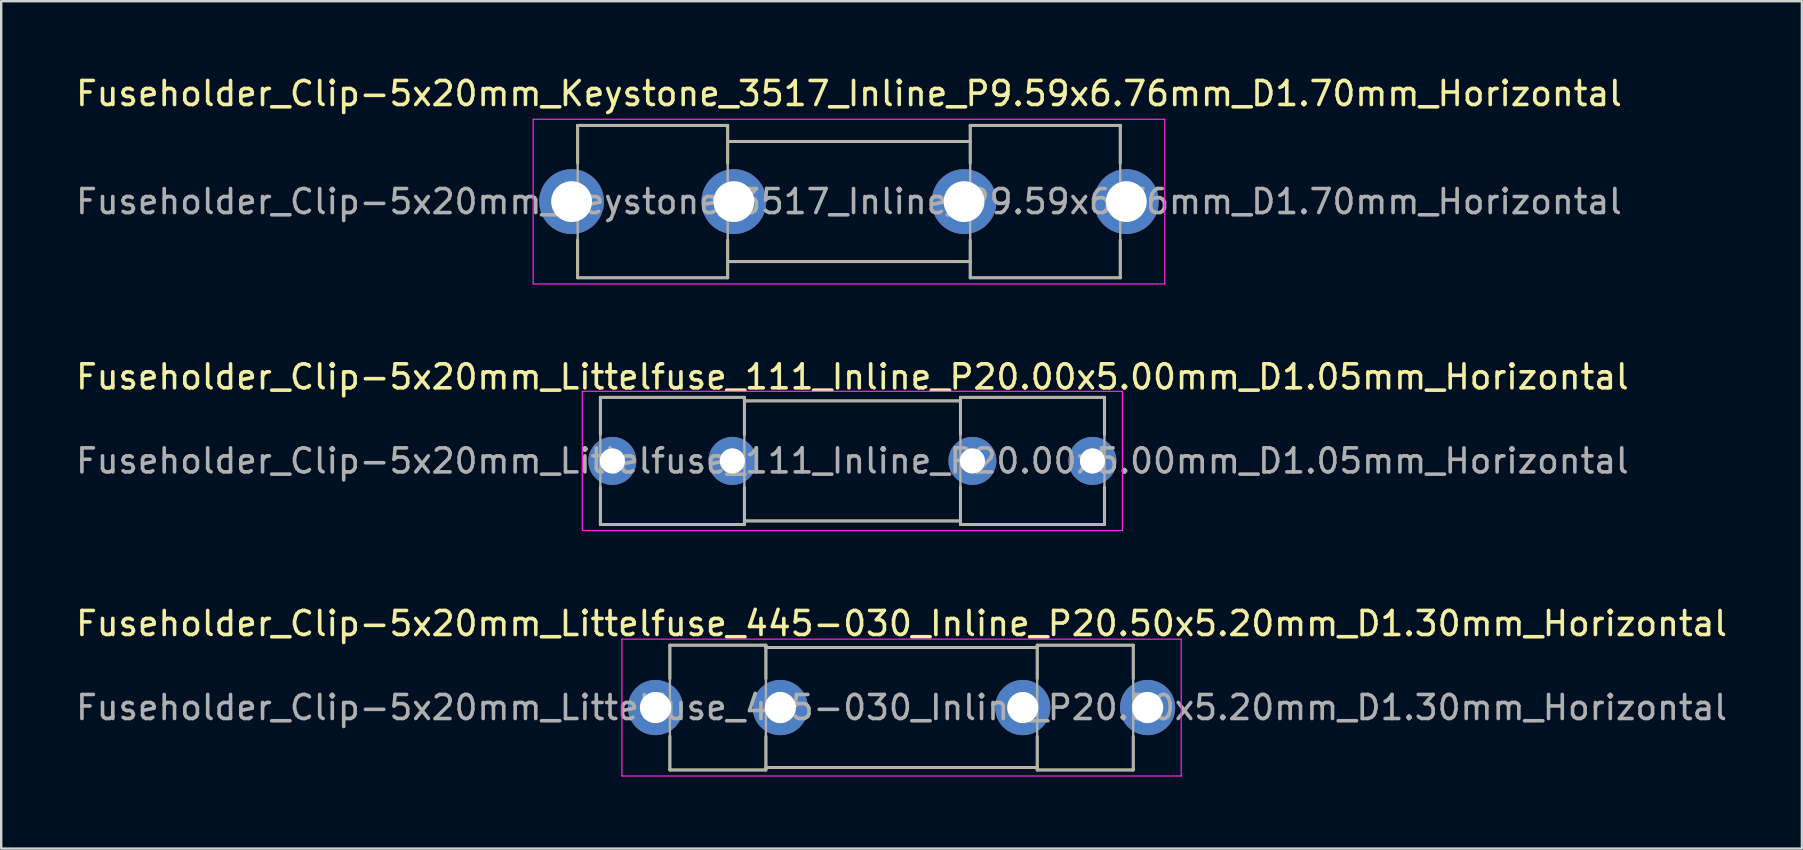
<source format=kicad_pcb>
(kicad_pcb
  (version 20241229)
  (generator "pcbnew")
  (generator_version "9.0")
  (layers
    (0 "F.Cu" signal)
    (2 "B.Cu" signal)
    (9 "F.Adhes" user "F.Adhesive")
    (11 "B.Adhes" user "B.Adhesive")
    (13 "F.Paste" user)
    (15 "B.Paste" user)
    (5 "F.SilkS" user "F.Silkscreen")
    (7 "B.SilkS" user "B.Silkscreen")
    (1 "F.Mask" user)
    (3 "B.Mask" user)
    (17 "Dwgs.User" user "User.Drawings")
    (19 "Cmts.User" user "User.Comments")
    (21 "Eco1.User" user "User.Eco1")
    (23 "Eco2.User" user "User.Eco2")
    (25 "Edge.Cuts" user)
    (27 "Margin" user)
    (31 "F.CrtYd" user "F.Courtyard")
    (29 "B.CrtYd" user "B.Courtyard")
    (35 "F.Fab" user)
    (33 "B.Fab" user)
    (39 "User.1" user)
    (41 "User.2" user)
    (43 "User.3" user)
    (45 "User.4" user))
  (footprint "Fuseholder_Clip-5x20mm_Littelfuse_445-030_Inline_P20.50x5.20mm_D1.30mm_Horizontal"
    (layer "F.Cu")
    (at 24.256 26.425)
    (property "Reference" "Fuseholder_Clip-5x20mm_Littelfuse_445-030_Inline_P20.50x5.20mm_D1.30mm_Horizontal" (at 10.25 -3.5 0) (layer "F.SilkS") (effects (font (size 1 1) (thickness 0.15))))
    (attr through_hole)
    (fp_line (start 0.6 -2.6) (end 0.6 -1.2) (stroke (width 0.12) (type solid)) (layer "F.SilkS"))
    (fp_line (start 0.6 2.6) (end 0.6 1.2) (stroke (width 0.12) (type solid)) (layer "F.SilkS"))
    (fp_line (start 4.6 -2.6) (end 0.6 -2.6) (stroke (width 0.12) (type solid)) (layer "F.SilkS"))
    (fp_line (start 4.6 -2.6) (end 4.6 -1.2) (stroke (width 0.12) (type solid)) (layer "F.SilkS"))
    (fp_line (start 4.6 2.6) (end 0.6 2.6) (stroke (width 0.12) (type solid)) (layer "F.SilkS"))
    (fp_line (start 4.6 2.6) (end 4.6 1.2) (stroke (width 0.12) (type solid)) (layer "F.SilkS"))
    (fp_line (start 15.9 -2.6) (end 15.9 -1.2) (stroke (width 0.12) (type solid)) (layer "F.SilkS"))
    (fp_line (start 15.9 -2.5) (end 4.6 -2.5) (stroke (width 0.12) (type solid)) (layer "F.SilkS"))
    (fp_line (start 15.9 2.5) (end 4.6 2.5) (stroke (width 0.12) (type solid)) (layer "F.SilkS"))
    (fp_line (start 15.9 2.6) (end 15.9 1.2) (stroke (width 0.12) (type solid)) (layer "F.SilkS"))
    (fp_line (start 15.9 2.6) (end 19.9 2.6) (stroke (width 0.12) (type solid)) (layer "F.SilkS"))
    (fp_line (start 19.9 -2.6) (end 15.9 -2.6) (stroke (width 0.12) (type solid)) (layer "F.SilkS"))
    (fp_line (start 19.9 -1.2) (end 19.9 -2.6) (stroke (width 0.12) (type solid)) (layer "F.SilkS"))
    (fp_line (start 19.9 1.2) (end 19.9 2.6) (stroke (width 0.12) (type solid)) (layer "F.SilkS"))
    (fp_line (start -1.4 -2.85) (end -1.4 2.85) (stroke (width 0.05) (type solid)) (layer "F.CrtYd"))
    (fp_line (start -1.4 -2.85) (end 21.9 -2.85) (stroke (width 0.05) (type solid)) (layer "F.CrtYd"))
    (fp_line (start 21.9 2.85) (end -1.4 2.85) (stroke (width 0.05) (type solid)) (layer "F.CrtYd"))
    (fp_line (start 21.9 2.85) (end 21.9 -2.85) (stroke (width 0.05) (type solid)) (layer "F.CrtYd"))
    (fp_line (start 0.6 -2.6) (end 4.6 -2.6) (stroke (width 0.1) (type solid)) (layer "F.Fab"))
    (fp_line (start 0.6 2.6) (end 0.6 -2.6) (stroke (width 0.1) (type solid)) (layer "F.Fab"))
    (fp_line (start 4.6 -2.6) (end 4.6 2.6) (stroke (width 0.1) (type solid)) (layer "F.Fab"))
    (fp_line (start 4.6 -2.5) (end 15.9 -2.5) (stroke (width 0.1) (type solid)) (layer "F.Fab"))
    (fp_line (start 4.6 2.6) (end 0.6 2.6) (stroke (width 0.1) (type solid)) (layer "F.Fab"))
    (fp_line (start 15.9 -2.6) (end 15.9 2.6) (stroke (width 0.1) (type solid)) (layer "F.Fab"))
    (fp_line (start 15.9 2.5) (end 4.6 2.5) (stroke (width 0.1) (type solid)) (layer "F.Fab"))
    (fp_line (start 15.9 2.6) (end 19.9 2.6) (stroke (width 0.1) (type solid)) (layer "F.Fab"))
    (fp_line (start 19.9 -2.6) (end 15.9 -2.6) (stroke (width 0.1) (type solid)) (layer "F.Fab"))
    (fp_line (start 19.9 2.6) (end 19.9 -2.6) (stroke (width 0.1) (type solid)) (layer "F.Fab"))
    (fp_text user "${REFERENCE}" (at 10.25 0 0) (layer "F.Fab") (effects (font (size 1 1) (thickness 0.15))))
    (pad "1" thru_hole circle (at 0 0) (size 2.3 2.3) (drill 1.3) (layers "*.Cu" "*.Mask"))
    (pad "1" thru_hole circle (at 5.2 0) (size 2.3 2.3) (drill 1.3) (layers "*.Cu" "*.Mask"))
    (pad "2" thru_hole circle (at 15.3 0) (size 2.3 2.3) (drill 1.3) (layers "*.Cu" "*.Mask"))
    (pad "2" thru_hole circle (at 20.5 0) (size 2.3 2.3) (drill 1.3) (layers "*.Cu" "*.Mask")))
  (footprint "Fuseholder_Clip-5x20mm_Littelfuse_111_Inline_P20.00x5.00mm_D1.05mm_Horizontal"
    (layer "F.Cu")
    (at 22.458 16.151)
    (property "Reference" "Fuseholder_Clip-5x20mm_Littelfuse_111_Inline_P20.00x5.00mm_D1.05mm_Horizontal" (at 10 -3.5 0) (layer "F.SilkS") (effects (font (size 1 1) (thickness 0.15))))
    (attr through_hole)
    (fp_line (start -0.5 -2.65) (end -0.5 -1.1) (stroke (width 0.12) (type solid)) (layer "F.SilkS"))
    (fp_line (start -0.5 2.65) (end -0.5 1.1) (stroke (width 0.12) (type solid)) (layer "F.SilkS"))
    (fp_line (start 5.5 -2.65) (end -0.5 -2.65) (stroke (width 0.12) (type solid)) (layer "F.SilkS"))
    (fp_line (start 5.5 -2.65) (end 5.5 -1.1) (stroke (width 0.12) (type solid)) (layer "F.SilkS"))
    (fp_line (start 5.5 2.65) (end -0.5 2.65) (stroke (width 0.12) (type solid)) (layer "F.SilkS"))
    (fp_line (start 5.5 2.65) (end 5.5 1.1) (stroke (width 0.12) (type solid)) (layer "F.SilkS"))
    (fp_line (start 14.5 -2.65) (end 14.5 -1.1) (stroke (width 0.12) (type solid)) (layer "F.SilkS"))
    (fp_line (start 14.5 -2.5) (end 5.5 -2.5) (stroke (width 0.12) (type solid)) (layer "F.SilkS"))
    (fp_line (start 14.5 2.5) (end 5.5 2.5) (stroke (width 0.12) (type solid)) (layer "F.SilkS"))
    (fp_line (start 14.5 2.65) (end 14.5 1.1) (stroke (width 0.12) (type solid)) (layer "F.SilkS"))
    (fp_line (start 14.5 2.65) (end 20.5 2.65) (stroke (width 0.12) (type solid)) (layer "F.SilkS"))
    (fp_line (start 20.5 -2.65) (end 14.5 -2.65) (stroke (width 0.12) (type solid)) (layer "F.SilkS"))
    (fp_line (start 20.5 -1.1) (end 20.5 -2.65) (stroke (width 0.12) (type solid)) (layer "F.SilkS"))
    (fp_line (start 20.5 1.1) (end 20.5 2.65) (stroke (width 0.12) (type solid)) (layer "F.SilkS"))
    (fp_line (start -1.25 -2.9) (end -1.25 2.9) (stroke (width 0.05) (type solid)) (layer "F.CrtYd"))
    (fp_line (start -1.25 -2.9) (end 21.25 -2.9) (stroke (width 0.05) (type solid)) (layer "F.CrtYd"))
    (fp_line (start 21.25 2.9) (end -1.25 2.9) (stroke (width 0.05) (type solid)) (layer "F.CrtYd"))
    (fp_line (start 21.25 2.9) (end 21.25 -2.9) (stroke (width 0.05) (type solid)) (layer "F.CrtYd"))
    (fp_line (start -0.5 -2.65) (end 5.5 -2.65) (stroke (width 0.1) (type solid)) (layer "F.Fab"))
    (fp_line (start -0.5 2.65) (end -0.5 -2.65) (stroke (width 0.1) (type solid)) (layer "F.Fab"))
    (fp_line (start 5.5 -2.65) (end 5.5 2.65) (stroke (width 0.1) (type solid)) (layer "F.Fab"))
    (fp_line (start 5.5 -2.5) (end 14.5 -2.5) (stroke (width 0.1) (type solid)) (layer "F.Fab"))
    (fp_line (start 5.5 2.65) (end -0.5 2.65) (stroke (width 0.1) (type solid)) (layer "F.Fab"))
    (fp_line (start 14.5 -2.65) (end 14.5 2.65) (stroke (width 0.1) (type solid)) (layer "F.Fab"))
    (fp_line (start 14.5 2.5) (end 5.5 2.5) (stroke (width 0.1) (type solid)) (layer "F.Fab"))
    (fp_line (start 14.5 2.65) (end 20.5 2.65) (stroke (width 0.1) (type solid)) (layer "F.Fab"))
    (fp_line (start 20.5 -2.65) (end 14.5 -2.65) (stroke (width 0.1) (type solid)) (layer "F.Fab"))
    (fp_line (start 20.5 2.65) (end 20.5 -2.65) (stroke (width 0.1) (type solid)) (layer "F.Fab"))
    (fp_text user "${REFERENCE}" (at 10 0 0) (layer "F.Fab") (effects (font (size 1 1) (thickness 0.15))))
    (pad "1" thru_hole circle (at 0 0) (size 2 2) (drill 1.05) (layers "*.Cu" "*.Mask"))
    (pad "1" thru_hole circle (at 5 0) (size 2 2) (drill 1.05) (layers "*.Cu" "*.Mask"))
    (pad "2" thru_hole circle (at 15 0) (size 2 2) (drill 1.05) (layers "*.Cu" "*.Mask"))
    (pad "2" thru_hole circle (at 20 0) (size 2 2) (drill 1.05) (layers "*.Cu" "*.Mask")))
  (footprint "Fuseholder_Clip-5x20mm_Keystone_3517_Inline_P9.59x6.76mm_D1.70mm_Horizontal"
    (layer "F.Cu")
    (at 20.76 5.348)
    (property "Reference" "Fuseholder_Clip-5x20mm_Keystone_3517_Inline_P9.59x6.76mm_D1.70mm_Horizontal" (at 11.555 -4.5 0) (layer "F.SilkS") (effects (font (size 1 1) (thickness 0.15))))
    (attr through_hole)
    (fp_line (start 0.254 3.175) (end 0.254 1.6) (stroke (width 0.12) (type solid)) (layer "F.SilkS"))
    (fp_line (start 0.255 -3.175) (end 0.255 -1.6) (stroke (width 0.12) (type solid)) (layer "F.SilkS"))
    (fp_line (start 6.505 -3.175) (end 0.255 -3.175) (stroke (width 0.12) (type solid)) (layer "F.SilkS"))
    (fp_line (start 6.505 -3.175) (end 6.505 -1.6) (stroke (width 0.12) (type solid)) (layer "F.SilkS"))
    (fp_line (start 6.505 3.175) (end 0.255 3.175) (stroke (width 0.12) (type solid)) (layer "F.SilkS"))
    (fp_line (start 6.505 3.175) (end 6.505 1.6) (stroke (width 0.12) (type solid)) (layer "F.SilkS"))
    (fp_line (start 16.605 -3.175) (end 16.605 -1.6) (stroke (width 0.12) (type solid)) (layer "F.SilkS"))
    (fp_line (start 16.605 -2.5) (end 6.505 -2.5) (stroke (width 0.12) (type solid)) (layer "F.SilkS"))
    (fp_line (start 16.605 2.5) (end 6.505 2.5) (stroke (width 0.12) (type solid)) (layer "F.SilkS"))
    (fp_line (start 16.605 3.175) (end 16.605 1.6) (stroke (width 0.12) (type solid)) (layer "F.SilkS"))
    (fp_line (start 16.605 3.175) (end 22.855 3.175) (stroke (width 0.12) (type solid)) (layer "F.SilkS"))
    (fp_line (start 22.855 -3.175) (end 16.605 -3.175) (stroke (width 0.12) (type solid)) (layer "F.SilkS"))
    (fp_line (start 22.855 -1.6) (end 22.855 -3.175) (stroke (width 0.12) (type solid)) (layer "F.SilkS"))
    (fp_line (start 22.855 1.6) (end 22.855 3.175) (stroke (width 0.12) (type solid)) (layer "F.SilkS"))
    (fp_line (start -1.6 -3.43) (end -1.6 3.43) (stroke (width 0.05) (type solid)) (layer "F.CrtYd"))
    (fp_line (start -1.6 -3.43) (end 24.71 -3.43) (stroke (width 0.05) (type solid)) (layer "F.CrtYd"))
    (fp_line (start 24.71 3.43) (end -1.6 3.43) (stroke (width 0.05) (type solid)) (layer "F.CrtYd"))
    (fp_line (start 24.71 3.43) (end 24.71 -3.43) (stroke (width 0.05) (type solid)) (layer "F.CrtYd"))
    (fp_line (start 0.255 -3.175) (end 6.505 -3.175) (stroke (width 0.1) (type solid)) (layer "F.Fab"))
    (fp_line (start 0.255 3.175) (end 0.255 -3.175) (stroke (width 0.1) (type solid)) (layer "F.Fab"))
    (fp_line (start 6.505 -3.175) (end 6.505 3.175) (stroke (width 0.1) (type solid)) (layer "F.Fab"))
    (fp_line (start 6.505 -2.5) (end 16.605 -2.5) (stroke (width 0.1) (type solid)) (layer "F.Fab"))
    (fp_line (start 6.505 3.175) (end 0.255 3.175) (stroke (width 0.1) (type solid)) (layer "F.Fab"))
    (fp_line (start 16.605 -3.175) (end 16.605 3.175) (stroke (width 0.1) (type solid)) (layer "F.Fab"))
    (fp_line (start 16.605 2.5) (end 6.505 2.5) (stroke (width 0.1) (type solid)) (layer "F.Fab"))
    (fp_line (start 16.605 3.175) (end 22.855 3.175) (stroke (width 0.1) (type solid)) (layer "F.Fab"))
    (fp_line (start 22.855 -3.175) (end 16.605 -3.175) (stroke (width 0.1) (type solid)) (layer "F.Fab"))
    (fp_line (start 22.855 3.175) (end 22.855 -3.175) (stroke (width 0.1) (type solid)) (layer "F.Fab"))
    (fp_text user "${REFERENCE}" (at 11.555 0 0) (layer "F.Fab") (effects (font (size 1 1) (thickness 0.15))))
    (pad "1" thru_hole circle (at 0 0) (size 2.7 2.7) (drill 1.7) (layers "*.Cu" "*.Mask"))
    (pad "1" thru_hole circle (at 6.76 0) (size 2.7 2.7) (drill 1.7) (layers "*.Cu" "*.Mask"))
    (pad "2" thru_hole circle (at 16.35 0) (size 2.7 2.7) (drill 1.7) (layers "*.Cu" "*.Mask"))
    (pad "2" thru_hole circle (at 23.11 0) (size 2.7 2.7) (drill 1.7) (layers "*.Cu" "*.Mask")))
  (gr_rect
    (start -3 -3)
    (end 72.012 32.3)
    (stroke (width 0.1) (type default))
    (fill no)
    (layer "Edge.Cuts")))
</source>
